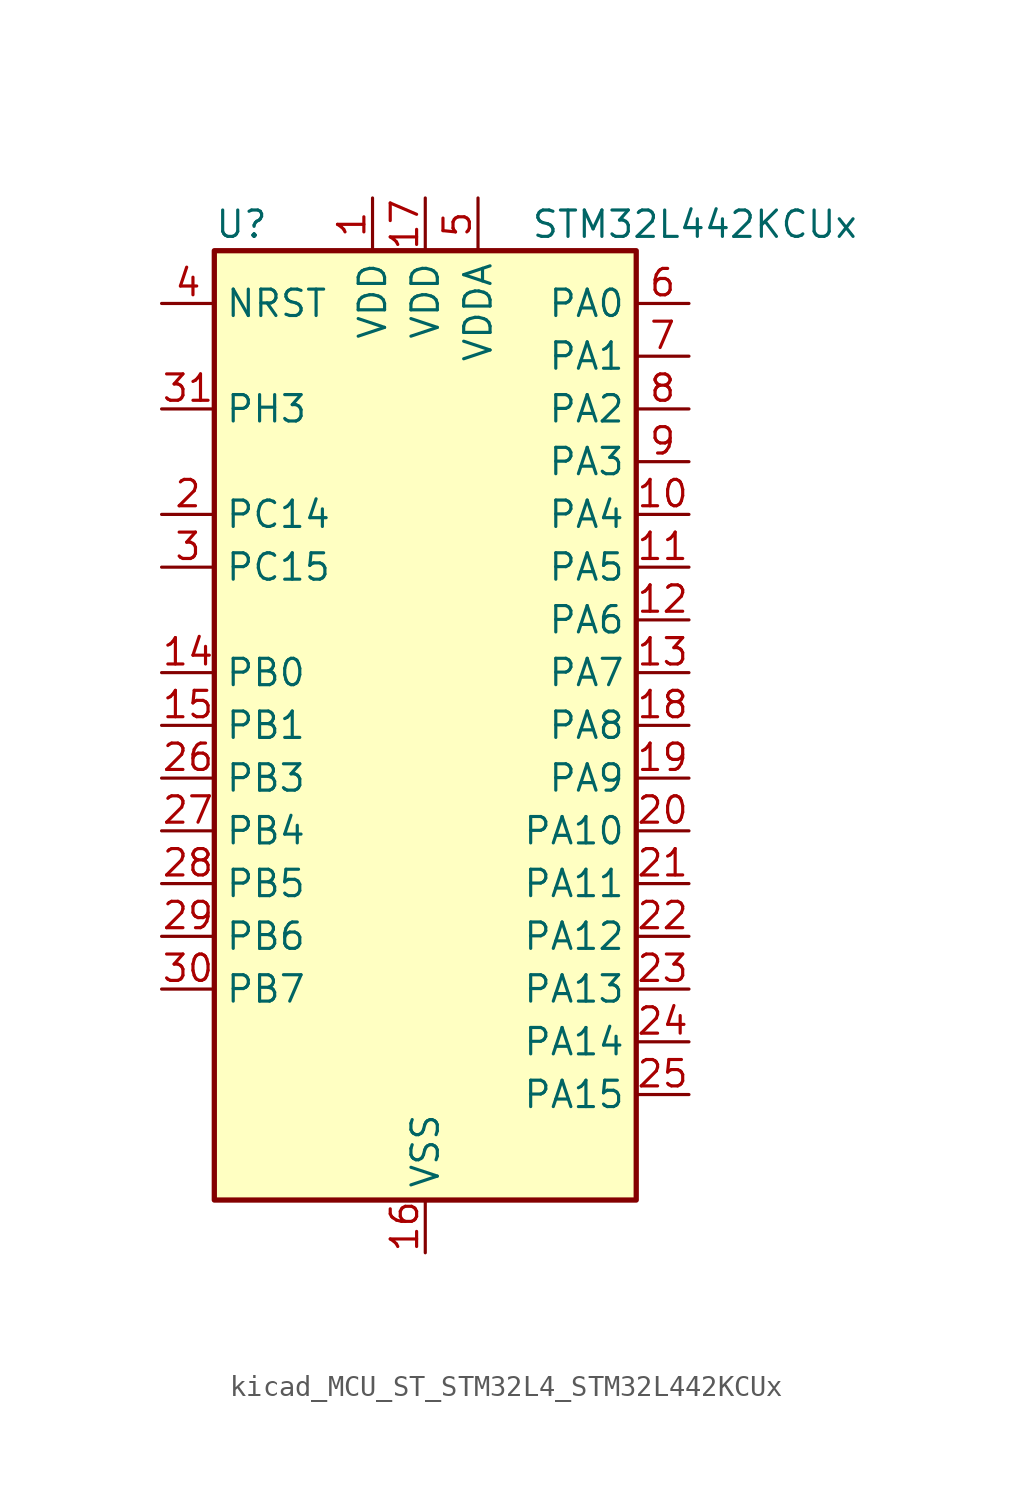
<source format=kicad_sym>
(kicad_symbol_lib
  (version 20220914)
  (generator kicad_symbol_editor)
  (symbol "kicad_MCU_ST_STM32L4_STM32L442KCUx"
    (property "Reference" "U"
      (at -10.16 24.13 0)
      (effects (font (size 1.27 1.27)) (justify left)))
    (property "Value" "STM32L442KCUx"
      (at 5.08 24.13 0)
      (effects (font (size 1.27 1.27)) (justify left)))
    (property "ki_locked" ""
      (at 0 0 0)
      (effects (font (size 1.27 1.27))))
    (symbol "kicad_MCU_ST_STM32L4_STM32L442KCUx_0_1"
      (rectangle (start -10.16 -22.86) (end 10.16 22.86) (stroke (width 0.254) (type default)) (fill (type background))))
    (symbol "kicad_MCU_ST_STM32L4_STM32L442KCUx_1_1"
      (pin power_in line (at -2.54 25.4 270) (length 2.54) (name "VDD" (effects (font (size 1.27 1.27)))) (number "1" (effects (font (size 1.27 1.27)))))
      (pin bidirectional line (at 12.7 10.16 180) (length 2.54) (name "PA4" (effects (font (size 1.27 1.27)))) (number "10" (effects (font (size 1.27 1.27)))) (alternate "ADC1_IN9" bidirectional line) (alternate "COMP1_INM" bidirectional line) (alternate "COMP2_INM" bidirectional line) (alternate "DAC1_OUT1" bidirectional line) (alternate "LPTIM2_OUT" bidirectional line) (alternate "SAI1_FS_B" bidirectional line) (alternate "SPI1_NSS" bidirectional line) (alternate "SPI3_NSS" bidirectional line) (alternate "USART2_CK" bidirectional line))
      (pin bidirectional line (at 12.7 7.62 180) (length 2.54) (name "PA5" (effects (font (size 1.27 1.27)))) (number "11" (effects (font (size 1.27 1.27)))) (alternate "ADC1_IN10" bidirectional line) (alternate "COMP1_INM" bidirectional line) (alternate "COMP2_INM" bidirectional line) (alternate "DAC1_OUT2" bidirectional line) (alternate "LPTIM2_ETR" bidirectional line) (alternate "SPI1_SCK" bidirectional line) (alternate "TIM2_CH1" bidirectional line) (alternate "TIM2_ETR" bidirectional line))
      (pin bidirectional line (at 12.7 5.08 180) (length 2.54) (name "PA6" (effects (font (size 1.27 1.27)))) (number "12" (effects (font (size 1.27 1.27)))) (alternate "ADC1_IN11" bidirectional line) (alternate "COMP1_OUT" bidirectional line) (alternate "LPUART1_CTS" bidirectional line) (alternate "QUADSPI_BK1_IO3" bidirectional line) (alternate "SPI1_MISO" bidirectional line) (alternate "TIM16_CH1" bidirectional line) (alternate "TIM1_BKIN" bidirectional line) (alternate "TIM1_BKIN_COMP2" bidirectional line))
      (pin bidirectional line (at 12.7 2.54 180) (length 2.54) (name "PA7" (effects (font (size 1.27 1.27)))) (number "13" (effects (font (size 1.27 1.27)))) (alternate "ADC1_IN12" bidirectional line) (alternate "COMP2_OUT" bidirectional line) (alternate "I2C3_SCL" bidirectional line) (alternate "QUADSPI_BK1_IO2" bidirectional line) (alternate "SPI1_MOSI" bidirectional line) (alternate "TIM1_CH1N" bidirectional line))
      (pin bidirectional line (at -12.7 2.54 0) (length 2.54) (name "PB0" (effects (font (size 1.27 1.27)))) (number "14" (effects (font (size 1.27 1.27)))) (alternate "ADC1_IN15" bidirectional line) (alternate "COMP1_OUT" bidirectional line) (alternate "QUADSPI_BK1_IO1" bidirectional line) (alternate "SAI1_EXTCLK" bidirectional line) (alternate "SPI1_NSS" bidirectional line) (alternate "TIM1_CH2N" bidirectional line))
      (pin bidirectional line (at -12.7 0 0) (length 2.54) (name "PB1" (effects (font (size 1.27 1.27)))) (number "15" (effects (font (size 1.27 1.27)))) (alternate "ADC1_IN16" bidirectional line) (alternate "COMP1_INM" bidirectional line) (alternate "LPTIM2_IN1" bidirectional line) (alternate "LPUART1_DE" bidirectional line) (alternate "LPUART1_RTS" bidirectional line) (alternate "QUADSPI_BK1_IO0" bidirectional line) (alternate "TIM1_CH3N" bidirectional line))
      (pin power_in line (at 0 -25.4 90) (length 2.54) (name "VSS" (effects (font (size 1.27 1.27)))) (number "16" (effects (font (size 1.27 1.27)))))
      (pin power_in line (at 0 25.4 270) (length 2.54) (name "VDD" (effects (font (size 1.27 1.27)))) (number "17" (effects (font (size 1.27 1.27)))))
      (pin bidirectional line (at 12.7 0 180) (length 2.54) (name "PA8" (effects (font (size 1.27 1.27)))) (number "18" (effects (font (size 1.27 1.27)))) (alternate "LPTIM2_OUT" bidirectional line) (alternate "RCC_MCO" bidirectional line) (alternate "SAI1_SCK_A" bidirectional line) (alternate "SWPMI1_IO" bidirectional line) (alternate "TIM1_CH1" bidirectional line) (alternate "USART1_CK" bidirectional line))
      (pin bidirectional line (at 12.7 -2.54 180) (length 2.54) (name "PA9" (effects (font (size 1.27 1.27)))) (number "19" (effects (font (size 1.27 1.27)))) (alternate "DAC1_EXTI9" bidirectional line) (alternate "I2C1_SCL" bidirectional line) (alternate "SAI1_FS_A" bidirectional line) (alternate "TIM15_BKIN" bidirectional line) (alternate "TIM1_CH2" bidirectional line) (alternate "USART1_TX" bidirectional line))
      (pin bidirectional line (at -12.7 10.16 0) (length 2.54) (name "PC14" (effects (font (size 1.27 1.27)))) (number "2" (effects (font (size 1.27 1.27)))) (alternate "RCC_OSC32_IN" bidirectional line))
      (pin bidirectional line (at 12.7 -5.08 180) (length 2.54) (name "PA10" (effects (font (size 1.27 1.27)))) (number "20" (effects (font (size 1.27 1.27)))) (alternate "CRS_SYNC" bidirectional line) (alternate "I2C1_SDA" bidirectional line) (alternate "SAI1_SD_A" bidirectional line) (alternate "TIM1_CH3" bidirectional line) (alternate "USART1_RX" bidirectional line))
      (pin bidirectional line (at 12.7 -7.62 180) (length 2.54) (name "PA11" (effects (font (size 1.27 1.27)))) (number "21" (effects (font (size 1.27 1.27)))) (alternate "ADC1_EXTI11" bidirectional line) (alternate "CAN1_RX" bidirectional line) (alternate "COMP1_OUT" bidirectional line) (alternate "SPI1_MISO" bidirectional line) (alternate "TIM1_BKIN2" bidirectional line) (alternate "TIM1_BKIN2_COMP1" bidirectional line) (alternate "TIM1_CH4" bidirectional line) (alternate "USART1_CTS" bidirectional line) (alternate "USB_DM" bidirectional line))
      (pin bidirectional line (at 12.7 -10.16 180) (length 2.54) (name "PA12" (effects (font (size 1.27 1.27)))) (number "22" (effects (font (size 1.27 1.27)))) (alternate "CAN1_TX" bidirectional line) (alternate "SPI1_MOSI" bidirectional line) (alternate "TIM1_ETR" bidirectional line) (alternate "USART1_DE" bidirectional line) (alternate "USART1_RTS" bidirectional line) (alternate "USB_DP" bidirectional line))
      (pin bidirectional line (at 12.7 -12.7 180) (length 2.54) (name "PA13" (effects (font (size 1.27 1.27)))) (number "23" (effects (font (size 1.27 1.27)))) (alternate "IR_OUT" bidirectional line) (alternate "SAI1_SD_B" bidirectional line) (alternate "SWPMI1_TX" bidirectional line) (alternate "SYS_JTMS-SWDIO" bidirectional line) (alternate "USB_NOE" bidirectional line))
      (pin bidirectional line (at 12.7 -15.24 180) (length 2.54) (name "PA14" (effects (font (size 1.27 1.27)))) (number "24" (effects (font (size 1.27 1.27)))) (alternate "I2C1_SMBA" bidirectional line) (alternate "LPTIM1_OUT" bidirectional line) (alternate "SAI1_FS_B" bidirectional line) (alternate "SWPMI1_RX" bidirectional line) (alternate "SYS_JTCK-SWCLK" bidirectional line))
      (pin bidirectional line (at 12.7 -17.78 180) (length 2.54) (name "PA15" (effects (font (size 1.27 1.27)))) (number "25" (effects (font (size 1.27 1.27)))) (alternate "ADC1_EXTI15" bidirectional line) (alternate "SPI1_NSS" bidirectional line) (alternate "SPI3_NSS" bidirectional line) (alternate "SWPMI1_SUSPEND" bidirectional line) (alternate "SYS_JTDI" bidirectional line) (alternate "TIM2_CH1" bidirectional line) (alternate "TIM2_ETR" bidirectional line) (alternate "USART2_RX" bidirectional line))
      (pin bidirectional line (at -12.7 -2.54 0) (length 2.54) (name "PB3" (effects (font (size 1.27 1.27)))) (number "26" (effects (font (size 1.27 1.27)))) (alternate "COMP2_INM" bidirectional line) (alternate "SAI1_SCK_B" bidirectional line) (alternate "SPI1_SCK" bidirectional line) (alternate "SPI3_SCK" bidirectional line) (alternate "SYS_JTDO-SWO" bidirectional line) (alternate "TIM2_CH2" bidirectional line) (alternate "USART1_DE" bidirectional line) (alternate "USART1_RTS" bidirectional line))
      (pin bidirectional line (at -12.7 -5.08 0) (length 2.54) (name "PB4" (effects (font (size 1.27 1.27)))) (number "27" (effects (font (size 1.27 1.27)))) (alternate "COMP2_INP" bidirectional line) (alternate "I2C3_SDA" bidirectional line) (alternate "SAI1_MCLK_B" bidirectional line) (alternate "SPI1_MISO" bidirectional line) (alternate "SPI3_MISO" bidirectional line) (alternate "SYS_JTRST" bidirectional line) (alternate "TSC_G2_IO1" bidirectional line) (alternate "USART1_CTS" bidirectional line))
      (pin bidirectional line (at -12.7 -7.62 0) (length 2.54) (name "PB5" (effects (font (size 1.27 1.27)))) (number "28" (effects (font (size 1.27 1.27)))) (alternate "COMP2_OUT" bidirectional line) (alternate "I2C1_SMBA" bidirectional line) (alternate "LPTIM1_IN1" bidirectional line) (alternate "SAI1_SD_B" bidirectional line) (alternate "SPI1_MOSI" bidirectional line) (alternate "SPI3_MOSI" bidirectional line) (alternate "TIM16_BKIN" bidirectional line) (alternate "TSC_G2_IO2" bidirectional line) (alternate "USART1_CK" bidirectional line))
      (pin bidirectional line (at -12.7 -10.16 0) (length 2.54) (name "PB6" (effects (font (size 1.27 1.27)))) (number "29" (effects (font (size 1.27 1.27)))) (alternate "COMP2_INP" bidirectional line) (alternate "I2C1_SCL" bidirectional line) (alternate "LPTIM1_ETR" bidirectional line) (alternate "SAI1_FS_B" bidirectional line) (alternate "TIM16_CH1N" bidirectional line) (alternate "TSC_G2_IO3" bidirectional line) (alternate "USART1_TX" bidirectional line))
      (pin bidirectional line (at -12.7 7.62 0) (length 2.54) (name "PC15" (effects (font (size 1.27 1.27)))) (number "3" (effects (font (size 1.27 1.27)))) (alternate "ADC1_EXTI15" bidirectional line) (alternate "RCC_OSC32_OUT" bidirectional line))
      (pin bidirectional line (at -12.7 -12.7 0) (length 2.54) (name "PB7" (effects (font (size 1.27 1.27)))) (number "30" (effects (font (size 1.27 1.27)))) (alternate "COMP2_INM" bidirectional line) (alternate "I2C1_SDA" bidirectional line) (alternate "LPTIM1_IN2" bidirectional line) (alternate "SYS_PVD_IN" bidirectional line) (alternate "TSC_G2_IO4" bidirectional line) (alternate "USART1_RX" bidirectional line))
      (pin bidirectional line (at -12.7 15.24 0) (length 2.54) (name "PH3" (effects (font (size 1.27 1.27)))) (number "31" (effects (font (size 1.27 1.27)))))
      (pin passive line (at 0 -25.4 90) (length 2.54) hide (name "VSS" (effects (font (size 1.27 1.27)))) (number "32" (effects (font (size 1.27 1.27)))))
      (pin passive line (at 0 -25.4 90) (length 2.54) hide (name "VSS" (effects (font (size 1.27 1.27)))) (number "33" (effects (font (size 1.27 1.27)))))
      (pin input line (at -12.7 20.32 0) (length 2.54) (name "NRST" (effects (font (size 1.27 1.27)))) (number "4" (effects (font (size 1.27 1.27)))))
      (pin power_in line (at 2.54 25.4 270) (length 2.54) (name "VDDA" (effects (font (size 1.27 1.27)))) (number "5" (effects (font (size 1.27 1.27)))))
      (pin bidirectional line (at 12.7 20.32 180) (length 2.54) (name "PA0" (effects (font (size 1.27 1.27)))) (number "6" (effects (font (size 1.27 1.27)))) (alternate "ADC1_IN5" bidirectional line) (alternate "COMP1_INM" bidirectional line) (alternate "COMP1_OUT" bidirectional line) (alternate "OPAMP1_VINP" bidirectional line) (alternate "RCC_CK_IN" bidirectional line) (alternate "RTC_TAMP2" bidirectional line) (alternate "SAI1_EXTCLK" bidirectional line) (alternate "SYS_WKUP1" bidirectional line) (alternate "TIM2_CH1" bidirectional line) (alternate "TIM2_ETR" bidirectional line) (alternate "USART2_CTS" bidirectional line))
      (pin bidirectional line (at 12.7 17.78 180) (length 2.54) (name "PA1" (effects (font (size 1.27 1.27)))) (number "7" (effects (font (size 1.27 1.27)))) (alternate "ADC1_IN6" bidirectional line) (alternate "COMP1_INP" bidirectional line) (alternate "I2C1_SMBA" bidirectional line) (alternate "OPAMP1_VINM" bidirectional line) (alternate "SPI1_SCK" bidirectional line) (alternate "TIM15_CH1N" bidirectional line) (alternate "TIM2_CH2" bidirectional line) (alternate "USART2_DE" bidirectional line) (alternate "USART2_RTS" bidirectional line))
      (pin bidirectional line (at 12.7 15.24 180) (length 2.54) (name "PA2" (effects (font (size 1.27 1.27)))) (number "8" (effects (font (size 1.27 1.27)))) (alternate "ADC1_IN7" bidirectional line) (alternate "COMP2_INM" bidirectional line) (alternate "COMP2_OUT" bidirectional line) (alternate "LPUART1_TX" bidirectional line) (alternate "QUADSPI_BK1_NCS" bidirectional line) (alternate "RCC_LSCO" bidirectional line) (alternate "SYS_WKUP4" bidirectional line) (alternate "TIM15_CH1" bidirectional line) (alternate "TIM2_CH3" bidirectional line) (alternate "USART2_TX" bidirectional line))
      (pin bidirectional line (at 12.7 12.7 180) (length 2.54) (name "PA3" (effects (font (size 1.27 1.27)))) (number "9" (effects (font (size 1.27 1.27)))) (alternate "ADC1_IN8" bidirectional line) (alternate "COMP2_INP" bidirectional line) (alternate "LPUART1_RX" bidirectional line) (alternate "OPAMP1_VOUT" bidirectional line) (alternate "QUADSPI_CLK" bidirectional line) (alternate "SAI1_MCLK_A" bidirectional line) (alternate "TIM15_CH2" bidirectional line) (alternate "TIM2_CH4" bidirectional line) (alternate "USART2_RX" bidirectional line)))))
</source>
